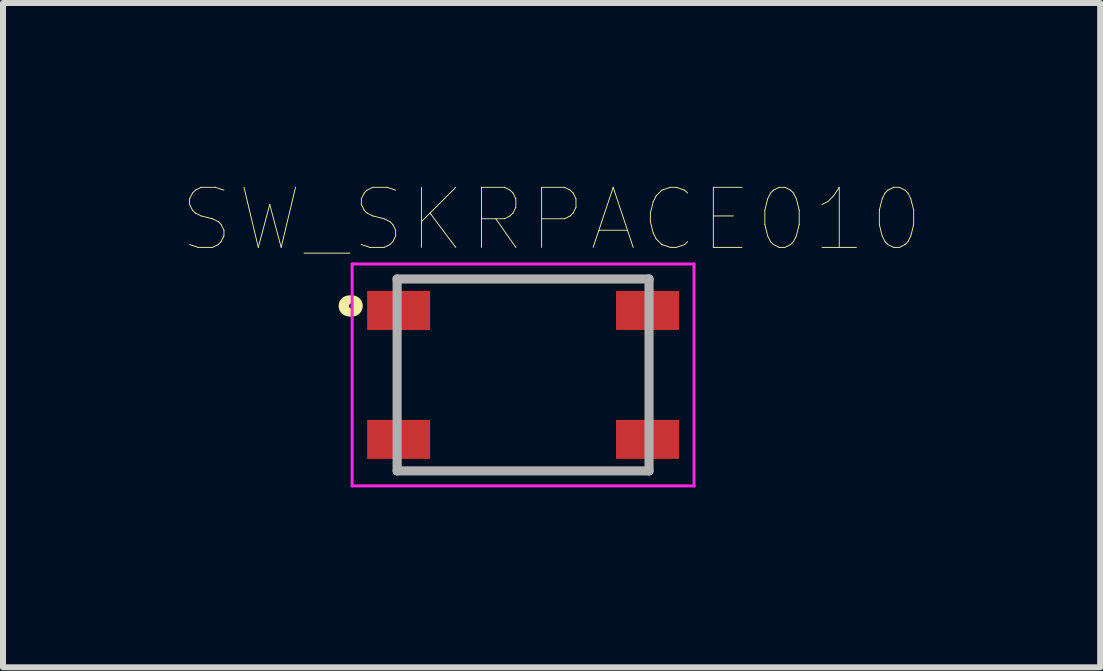
<source format=kicad_pcb>
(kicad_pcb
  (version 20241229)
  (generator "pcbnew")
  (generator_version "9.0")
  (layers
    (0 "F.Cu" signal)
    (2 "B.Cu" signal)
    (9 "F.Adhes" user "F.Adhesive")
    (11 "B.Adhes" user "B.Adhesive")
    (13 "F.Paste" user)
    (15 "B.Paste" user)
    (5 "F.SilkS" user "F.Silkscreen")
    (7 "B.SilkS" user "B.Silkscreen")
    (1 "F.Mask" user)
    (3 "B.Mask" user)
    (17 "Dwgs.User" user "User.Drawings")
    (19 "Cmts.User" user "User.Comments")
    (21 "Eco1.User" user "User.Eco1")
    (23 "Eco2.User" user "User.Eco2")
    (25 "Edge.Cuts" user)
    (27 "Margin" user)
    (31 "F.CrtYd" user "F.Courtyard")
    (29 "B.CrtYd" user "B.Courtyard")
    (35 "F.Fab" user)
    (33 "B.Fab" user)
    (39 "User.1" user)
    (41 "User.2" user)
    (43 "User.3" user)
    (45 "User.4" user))
  (footprint "SW_SKRPACE010"
    (layer "F.Cu")
    (at 5.671 3.201)
    (property "Reference" "SW_SKRPACE010" (at 0.476 -2.589 0) (layer "F.SilkS") (effects (font (size 1.002 1.002) (thickness 0.015))))
    (attr through_hole)
    (fp_line (start -2.1 -0.5) (end -2.1 0.5) (stroke (width 0.127) (type solid)) (layer "F.SilkS"))
    (fp_line (start -1.25 -1.6) (end 1.25 -1.6) (stroke (width 0.127) (type solid)) (layer "F.SilkS"))
    (fp_line (start -1.25 1.6) (end 1.25 1.6) (stroke (width 0.127) (type solid)) (layer "F.SilkS"))
    (fp_line (start 2.1 -0.5) (end 2.1 0.5) (stroke (width 0.127) (type solid)) (layer "F.SilkS"))
    (fp_circle (center -2.9 -1.15) (end -2.788 -1.15) (stroke (width 0.127) (type solid)) (fill no) (layer "F.SilkS"))
    (fp_circle (center -2.85 -1.15) (end -2.8 -1.15) (stroke (width 0.127) (type solid)) (fill no) (layer "F.SilkS"))
    (fp_line (start -2.85 -1.85) (end 2.85 -1.85) (stroke (width 0.05) (type solid)) (layer "F.CrtYd"))
    (fp_line (start -2.85 1.85) (end -2.85 -1.85) (stroke (width 0.05) (type solid)) (layer "F.CrtYd"))
    (fp_line (start 2.85 -1.85) (end 2.85 1.85) (stroke (width 0.05) (type solid)) (layer "F.CrtYd"))
    (fp_line (start 2.85 1.85) (end -2.85 1.85) (stroke (width 0.05) (type solid)) (layer "F.CrtYd"))
    (fp_line (start -2.1 -1.6) (end 2.1 -1.6) (stroke (width 0.152) (type solid)) (layer "F.Fab"))
    (fp_line (start -2.1 1.6) (end -2.1 -1.6) (stroke (width 0.152) (type solid)) (layer "F.Fab"))
    (fp_line (start 2.1 -1.6) (end 2.1 1.6) (stroke (width 0.152) (type solid)) (layer "F.Fab"))
    (fp_line (start 2.1 1.6) (end -2.1 1.6) (stroke (width 0.152) (type solid)) (layer "F.Fab"))
    (pad "1" smd rect (at -2.075 -1.075) (size 1.05 0.65) (layers "F.Cu" "F.Mask" "F.Paste"))
    (pad "2" smd rect (at 2.075 -1.075) (size 1.05 0.65) (layers "F.Cu" "F.Mask" "F.Paste"))
    (pad "3" smd rect (at -2.075 1.075) (size 1.05 0.65) (layers "F.Cu" "F.Mask" "F.Paste"))
    (pad "4" smd rect (at 2.075 1.075) (size 1.05 0.65) (layers "F.Cu" "F.Mask" "F.Paste")))
  (gr_rect
    (start -3 -3)
    (end 15.293 8.076)
    (stroke (width 0.1) (type default))
    (fill no)
    (layer "Edge.Cuts")))
</source>
